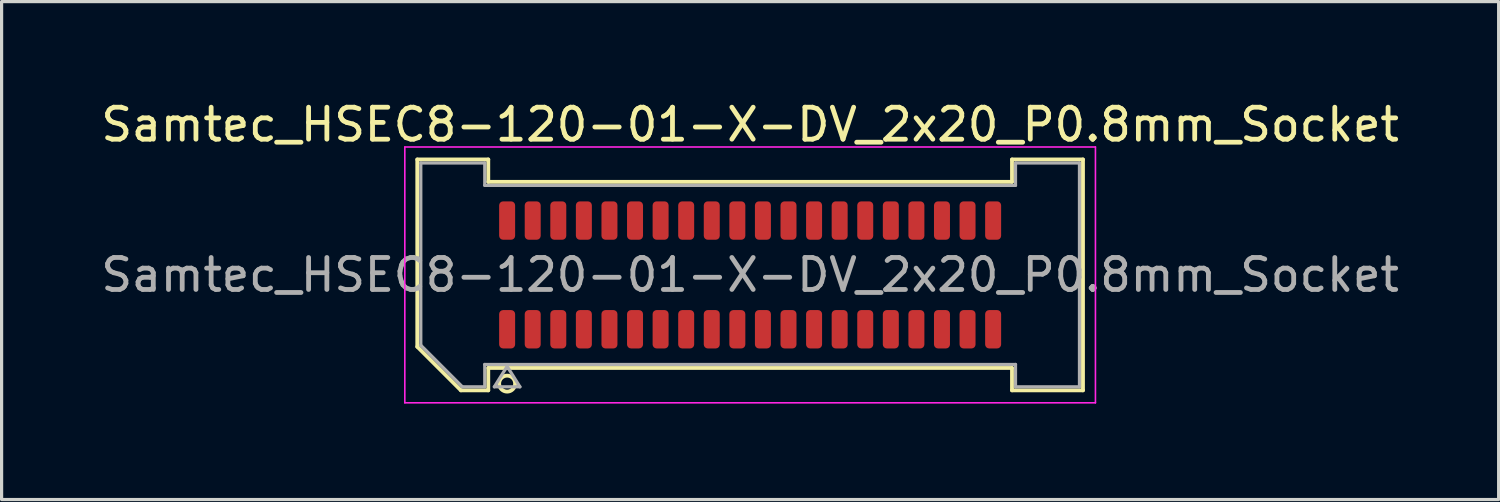
<source format=kicad_pcb>
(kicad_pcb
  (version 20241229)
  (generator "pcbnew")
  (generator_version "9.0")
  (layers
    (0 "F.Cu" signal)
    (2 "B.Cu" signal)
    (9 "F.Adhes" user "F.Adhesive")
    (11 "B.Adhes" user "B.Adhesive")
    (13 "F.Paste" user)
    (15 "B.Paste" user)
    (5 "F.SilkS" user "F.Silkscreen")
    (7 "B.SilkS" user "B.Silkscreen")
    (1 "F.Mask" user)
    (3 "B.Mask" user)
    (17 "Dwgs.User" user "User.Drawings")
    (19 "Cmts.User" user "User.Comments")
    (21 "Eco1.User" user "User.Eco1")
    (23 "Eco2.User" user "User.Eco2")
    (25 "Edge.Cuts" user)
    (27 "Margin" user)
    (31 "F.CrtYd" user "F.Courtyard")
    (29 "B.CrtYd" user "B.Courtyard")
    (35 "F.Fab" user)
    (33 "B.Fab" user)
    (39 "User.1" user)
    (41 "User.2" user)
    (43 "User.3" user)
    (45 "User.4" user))
  (footprint "Samtec_HSEC8-120-01-X-DV_2x20_P0.8mm_Socket"
    (layer "F.Cu")
    (at 20.411 5.548)
    (property "Reference" "Samtec_HSEC8-120-01-X-DV_2x20_P0.8mm_Socket" (at 0 -4.7 0) (layer "F.SilkS") (effects (font (size 1 1) (thickness 0.15))))
    (attr smd)
    (fp_line (start -10.41 -3.61) (end -8.19 -3.61) (stroke (width 0.12) (type solid)) (layer "F.SilkS"))
    (fp_line (start -10.41 2.246) (end -10.41 -3.61) (stroke (width 0.12) (type solid)) (layer "F.SilkS"))
    (fp_line (start -9.046 3.61) (end -10.41 2.246) (stroke (width 0.12) (type solid)) (layer "F.SilkS"))
    (fp_line (start -8.19 -3.61) (end -8.19 -2.91) (stroke (width 0.12) (type solid)) (layer "F.SilkS"))
    (fp_line (start -8.19 -2.91) (end 8.19 -2.91) (stroke (width 0.12) (type solid)) (layer "F.SilkS"))
    (fp_line (start -8.19 2.91) (end -8.19 3.61) (stroke (width 0.12) (type solid)) (layer "F.SilkS"))
    (fp_line (start -8.19 3.61) (end -9.046 3.61) (stroke (width 0.12) (type solid)) (layer "F.SilkS"))
    (fp_line (start 8.19 -3.61) (end 10.41 -3.61) (stroke (width 0.12) (type solid)) (layer "F.SilkS"))
    (fp_line (start 8.19 -2.91) (end 8.19 -3.61) (stroke (width 0.12) (type solid)) (layer "F.SilkS"))
    (fp_line (start 8.19 2.91) (end -8.19 2.91) (stroke (width 0.12) (type solid)) (layer "F.SilkS"))
    (fp_line (start 8.19 3.61) (end 8.19 2.91) (stroke (width 0.12) (type solid)) (layer "F.SilkS"))
    (fp_line (start 10.41 -3.61) (end 10.41 3.61) (stroke (width 0.12) (type solid)) (layer "F.SilkS"))
    (fp_line (start 10.41 3.61) (end 8.19 3.61) (stroke (width 0.12) (type solid)) (layer "F.SilkS"))
    (fp_circle (center -7.6 3.4) (end -7.35 3.4) (stroke (width 0.12) (type solid)) (fill no) (layer "F.SilkS"))
    (fp_line (start -10.8 -4) (end -10.8 4) (stroke (width 0.05) (type solid)) (layer "F.CrtYd"))
    (fp_line (start -10.8 4) (end 10.8 4) (stroke (width 0.05) (type solid)) (layer "F.CrtYd"))
    (fp_line (start 10.8 -4) (end -10.8 -4) (stroke (width 0.05) (type solid)) (layer "F.CrtYd"))
    (fp_line (start 10.8 4) (end 10.8 -4) (stroke (width 0.05) (type solid)) (layer "F.CrtYd"))
    (fp_line (start -10.3 -3.5) (end -8.3 -3.5) (stroke (width 0.1) (type solid)) (layer "F.Fab"))
    (fp_line (start -10.3 2.2) (end -10.3 -3.5) (stroke (width 0.1) (type solid)) (layer "F.Fab"))
    (fp_line (start -9 3.5) (end -10.3 2.2) (stroke (width 0.1) (type solid)) (layer "F.Fab"))
    (fp_line (start -8.3 -3.5) (end -8.3 -2.8) (stroke (width 0.1) (type solid)) (layer "F.Fab"))
    (fp_line (start -8.3 -2.8) (end 8.3 -2.8) (stroke (width 0.1) (type solid)) (layer "F.Fab"))
    (fp_line (start -8.3 2.8) (end -8.3 3.5) (stroke (width 0.1) (type solid)) (layer "F.Fab"))
    (fp_line (start -8.3 3.5) (end -9 3.5) (stroke (width 0.1) (type solid)) (layer "F.Fab"))
    (fp_line (start -8 3.5) (end -7.6 2.86) (stroke (width 0.1) (type solid)) (layer "F.Fab"))
    (fp_line (start -7.6 2.86) (end -7.2 3.5) (stroke (width 0.1) (type solid)) (layer "F.Fab"))
    (fp_line (start -7.2 3.5) (end -8 3.5) (stroke (width 0.1) (type solid)) (layer "F.Fab"))
    (fp_line (start 8.3 -3.5) (end 10.3 -3.5) (stroke (width 0.1) (type solid)) (layer "F.Fab"))
    (fp_line (start 8.3 -2.8) (end 8.3 -3.5) (stroke (width 0.1) (type solid)) (layer "F.Fab"))
    (fp_line (start 8.3 2.8) (end -8.3 2.8) (stroke (width 0.1) (type solid)) (layer "F.Fab"))
    (fp_line (start 8.3 3.5) (end 8.3 2.8) (stroke (width 0.1) (type solid)) (layer "F.Fab"))
    (fp_line (start 10.3 -3.5) (end 10.3 3.5) (stroke (width 0.1) (type solid)) (layer "F.Fab"))
    (fp_line (start 10.3 3.5) (end 8.3 3.5) (stroke (width 0.1) (type solid)) (layer "F.Fab"))
    (fp_text user "${REFERENCE}" (at 0 0 0) (layer "F.Fab") (effects (font (size 1 1) (thickness 0.15))))
    (pad "1" smd roundrect (at -7.6 1.7) (size 0.5 1.2) (layers "F.Cu" "F.Mask" "F.Paste") (roundrect_rratio 0.25))
    (pad "2" smd roundrect (at -7.6 -1.7) (size 0.5 1.2) (layers "F.Cu" "F.Mask" "F.Paste") (roundrect_rratio 0.25))
    (pad "3" smd roundrect (at -6.8 1.7) (size 0.5 1.2) (layers "F.Cu" "F.Mask" "F.Paste") (roundrect_rratio 0.25))
    (pad "4" smd roundrect (at -6.8 -1.7) (size 0.5 1.2) (layers "F.Cu" "F.Mask" "F.Paste") (roundrect_rratio 0.25))
    (pad "5" smd roundrect (at -6 1.7) (size 0.5 1.2) (layers "F.Cu" "F.Mask" "F.Paste") (roundrect_rratio 0.25))
    (pad "6" smd roundrect (at -6 -1.7) (size 0.5 1.2) (layers "F.Cu" "F.Mask" "F.Paste") (roundrect_rratio 0.25))
    (pad "7" smd roundrect (at -5.2 1.7) (size 0.5 1.2) (layers "F.Cu" "F.Mask" "F.Paste") (roundrect_rratio 0.25))
    (pad "8" smd roundrect (at -5.2 -1.7) (size 0.5 1.2) (layers "F.Cu" "F.Mask" "F.Paste") (roundrect_rratio 0.25))
    (pad "9" smd roundrect (at -4.4 1.7) (size 0.5 1.2) (layers "F.Cu" "F.Mask" "F.Paste") (roundrect_rratio 0.25))
    (pad "10" smd roundrect (at -4.4 -1.7) (size 0.5 1.2) (layers "F.Cu" "F.Mask" "F.Paste") (roundrect_rratio 0.25))
    (pad "11" smd roundrect (at -3.6 1.7) (size 0.5 1.2) (layers "F.Cu" "F.Mask" "F.Paste") (roundrect_rratio 0.25))
    (pad "12" smd roundrect (at -3.6 -1.7) (size 0.5 1.2) (layers "F.Cu" "F.Mask" "F.Paste") (roundrect_rratio 0.25))
    (pad "13" smd roundrect (at -2.8 1.7) (size 0.5 1.2) (layers "F.Cu" "F.Mask" "F.Paste") (roundrect_rratio 0.25))
    (pad "14" smd roundrect (at -2.8 -1.7) (size 0.5 1.2) (layers "F.Cu" "F.Mask" "F.Paste") (roundrect_rratio 0.25))
    (pad "15" smd roundrect (at -2 1.7) (size 0.5 1.2) (layers "F.Cu" "F.Mask" "F.Paste") (roundrect_rratio 0.25))
    (pad "16" smd roundrect (at -2 -1.7) (size 0.5 1.2) (layers "F.Cu" "F.Mask" "F.Paste") (roundrect_rratio 0.25))
    (pad "17" smd roundrect (at -1.2 1.7) (size 0.5 1.2) (layers "F.Cu" "F.Mask" "F.Paste") (roundrect_rratio 0.25))
    (pad "18" smd roundrect (at -1.2 -1.7) (size 0.5 1.2) (layers "F.Cu" "F.Mask" "F.Paste") (roundrect_rratio 0.25))
    (pad "19" smd roundrect (at -0.4 1.7) (size 0.5 1.2) (layers "F.Cu" "F.Mask" "F.Paste") (roundrect_rratio 0.25))
    (pad "20" smd roundrect (at -0.4 -1.7) (size 0.5 1.2) (layers "F.Cu" "F.Mask" "F.Paste") (roundrect_rratio 0.25))
    (pad "21" smd roundrect (at 0.4 1.7) (size 0.5 1.2) (layers "F.Cu" "F.Mask" "F.Paste") (roundrect_rratio 0.25))
    (pad "22" smd roundrect (at 0.4 -1.7) (size 0.5 1.2) (layers "F.Cu" "F.Mask" "F.Paste") (roundrect_rratio 0.25))
    (pad "23" smd roundrect (at 1.2 1.7) (size 0.5 1.2) (layers "F.Cu" "F.Mask" "F.Paste") (roundrect_rratio 0.25))
    (pad "24" smd roundrect (at 1.2 -1.7) (size 0.5 1.2) (layers "F.Cu" "F.Mask" "F.Paste") (roundrect_rratio 0.25))
    (pad "25" smd roundrect (at 2 1.7) (size 0.5 1.2) (layers "F.Cu" "F.Mask" "F.Paste") (roundrect_rratio 0.25))
    (pad "26" smd roundrect (at 2 -1.7) (size 0.5 1.2) (layers "F.Cu" "F.Mask" "F.Paste") (roundrect_rratio 0.25))
    (pad "27" smd roundrect (at 2.8 1.7) (size 0.5 1.2) (layers "F.Cu" "F.Mask" "F.Paste") (roundrect_rratio 0.25))
    (pad "28" smd roundrect (at 2.8 -1.7) (size 0.5 1.2) (layers "F.Cu" "F.Mask" "F.Paste") (roundrect_rratio 0.25))
    (pad "29" smd roundrect (at 3.6 1.7) (size 0.5 1.2) (layers "F.Cu" "F.Mask" "F.Paste") (roundrect_rratio 0.25))
    (pad "30" smd roundrect (at 3.6 -1.7) (size 0.5 1.2) (layers "F.Cu" "F.Mask" "F.Paste") (roundrect_rratio 0.25))
    (pad "31" smd roundrect (at 4.4 1.7) (size 0.5 1.2) (layers "F.Cu" "F.Mask" "F.Paste") (roundrect_rratio 0.25))
    (pad "32" smd roundrect (at 4.4 -1.7) (size 0.5 1.2) (layers "F.Cu" "F.Mask" "F.Paste") (roundrect_rratio 0.25))
    (pad "33" smd roundrect (at 5.2 1.7) (size 0.5 1.2) (layers "F.Cu" "F.Mask" "F.Paste") (roundrect_rratio 0.25))
    (pad "34" smd roundrect (at 5.2 -1.7) (size 0.5 1.2) (layers "F.Cu" "F.Mask" "F.Paste") (roundrect_rratio 0.25))
    (pad "35" smd roundrect (at 6 1.7) (size 0.5 1.2) (layers "F.Cu" "F.Mask" "F.Paste") (roundrect_rratio 0.25))
    (pad "36" smd roundrect (at 6 -1.7) (size 0.5 1.2) (layers "F.Cu" "F.Mask" "F.Paste") (roundrect_rratio 0.25))
    (pad "37" smd roundrect (at 6.8 1.7) (size 0.5 1.2) (layers "F.Cu" "F.Mask" "F.Paste") (roundrect_rratio 0.25))
    (pad "38" smd roundrect (at 6.8 -1.7) (size 0.5 1.2) (layers "F.Cu" "F.Mask" "F.Paste") (roundrect_rratio 0.25))
    (pad "39" smd roundrect (at 7.6 1.7) (size 0.5 1.2) (layers "F.Cu" "F.Mask" "F.Paste") (roundrect_rratio 0.25))
    (pad "40" smd roundrect (at 7.6 -1.7) (size 0.5 1.2) (layers "F.Cu" "F.Mask" "F.Paste") (roundrect_rratio 0.25)))
  (gr_rect
    (start -3 -3)
    (end 43.821 12.573)
    (stroke (width 0.1) (type default))
    (fill no)
    (layer "Edge.Cuts")))
</source>
